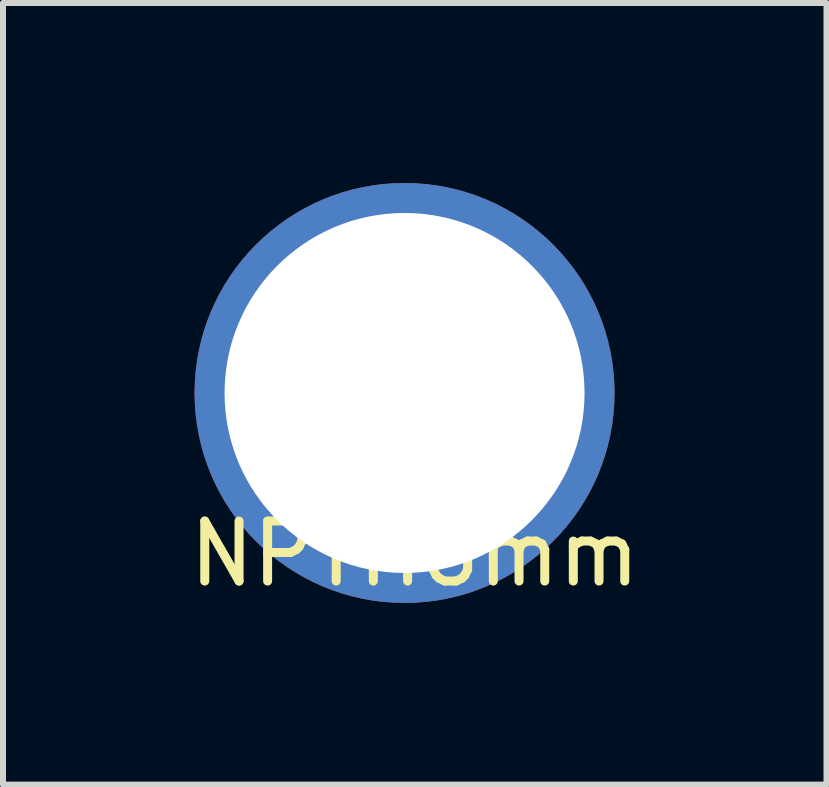
<source format=kicad_pcb>
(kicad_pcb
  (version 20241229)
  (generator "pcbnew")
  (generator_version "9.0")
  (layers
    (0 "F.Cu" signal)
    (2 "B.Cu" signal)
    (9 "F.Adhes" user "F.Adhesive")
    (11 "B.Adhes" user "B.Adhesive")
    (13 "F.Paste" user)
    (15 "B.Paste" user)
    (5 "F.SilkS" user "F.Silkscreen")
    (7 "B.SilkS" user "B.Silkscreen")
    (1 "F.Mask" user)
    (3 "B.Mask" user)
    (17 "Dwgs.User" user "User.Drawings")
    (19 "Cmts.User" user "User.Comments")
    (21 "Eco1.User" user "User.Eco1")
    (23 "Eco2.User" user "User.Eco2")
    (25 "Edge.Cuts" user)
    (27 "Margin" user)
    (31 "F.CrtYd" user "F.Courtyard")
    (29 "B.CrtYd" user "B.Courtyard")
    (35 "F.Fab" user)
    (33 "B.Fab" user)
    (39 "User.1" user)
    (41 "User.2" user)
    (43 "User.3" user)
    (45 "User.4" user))
  (footprint "NPTH6mm"
    (layer "F.Cu")
    (at 3.693 3.5)
    (property "Reference" "NPTH6mm" (at 0.17 2.68 0) (layer "F.SilkS") (effects (font (size 1 1) (thickness 0.15))))
    (attr through_hole)
    (pad "" np_thru_hole circle (at 0 0) (size 7 7) (drill 6) (layers "*.Cu" "*.Mask")))
  (gr_rect
    (start -3 -3)
    (end 10.726 10.028)
    (stroke (width 0.1) (type default))
    (fill no)
    (layer "Edge.Cuts")))
</source>
